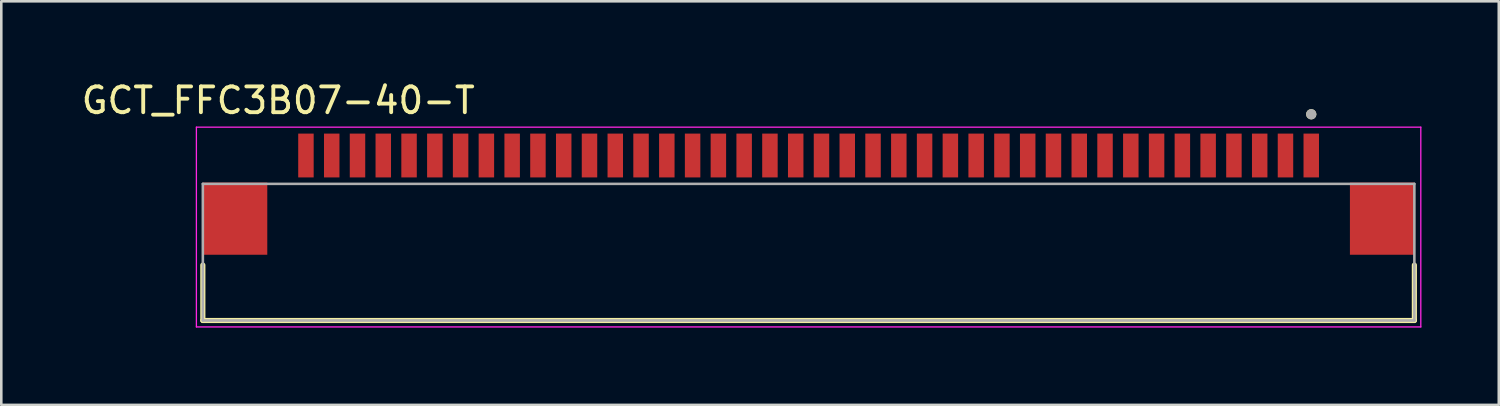
<source format=kicad_pcb>
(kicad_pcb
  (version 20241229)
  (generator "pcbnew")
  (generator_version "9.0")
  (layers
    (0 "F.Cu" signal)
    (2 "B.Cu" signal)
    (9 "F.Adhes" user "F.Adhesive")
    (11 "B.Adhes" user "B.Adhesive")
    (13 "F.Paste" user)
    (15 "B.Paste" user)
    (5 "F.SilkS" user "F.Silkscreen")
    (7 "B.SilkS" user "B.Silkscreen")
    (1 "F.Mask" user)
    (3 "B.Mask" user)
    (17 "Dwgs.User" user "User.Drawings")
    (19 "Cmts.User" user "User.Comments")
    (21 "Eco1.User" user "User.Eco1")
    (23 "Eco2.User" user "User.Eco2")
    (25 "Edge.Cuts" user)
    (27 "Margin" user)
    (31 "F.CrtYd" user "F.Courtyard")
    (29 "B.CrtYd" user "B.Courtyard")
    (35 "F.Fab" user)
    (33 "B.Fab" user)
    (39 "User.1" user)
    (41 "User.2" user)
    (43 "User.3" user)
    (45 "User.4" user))
  (footprint "GCT_FFC3B07-40-T"
    (layer "F.Cu")
    (at 28.319 5.433)
    (property "Reference" "GCT_FFC3B07-40-T" (at -20.575 -4.585 0) (layer "F.SilkS") (effects (font (size 1 1) (thickness 0.15))))
    (attr smd)
    (fp_line (start -23.5 1.8) (end -23.5 3.95) (stroke (width 0.2) (type solid)) (layer "F.SilkS"))
    (fp_line (start -23.5 3.95) (end 23.5 3.95) (stroke (width 0.2) (type solid)) (layer "F.SilkS"))
    (fp_line (start 23.5 3.95) (end 23.5 1.8) (stroke (width 0.2) (type solid)) (layer "F.SilkS"))
    (fp_circle (center 19.5 -4.05) (end 19.6 -4.05) (stroke (width 0.2) (type solid)) (fill no) (layer "F.SilkS"))
    (fp_line (start -23.75 -3.55) (end -23.75 4.2) (stroke (width 0.05) (type solid)) (layer "F.CrtYd"))
    (fp_line (start -23.75 4.2) (end 23.75 4.2) (stroke (width 0.05) (type solid)) (layer "F.CrtYd"))
    (fp_line (start 23.75 -3.55) (end -23.75 -3.55) (stroke (width 0.05) (type solid)) (layer "F.CrtYd"))
    (fp_line (start 23.75 4.2) (end 23.75 -3.55) (stroke (width 0.05) (type solid)) (layer "F.CrtYd"))
    (fp_line (start -23.5 -1.35) (end 23.5 -1.35) (stroke (width 0.1) (type solid)) (layer "F.Fab"))
    (fp_line (start -23.5 3.95) (end -23.5 -1.35) (stroke (width 0.1) (type solid)) (layer "F.Fab"))
    (fp_line (start 23.5 -1.35) (end 23.5 3.95) (stroke (width 0.1) (type solid)) (layer "F.Fab"))
    (fp_line (start 23.5 3.95) (end -23.5 3.95) (stroke (width 0.1) (type solid)) (layer "F.Fab"))
    (fp_circle (center 19.5 -4.05) (end 19.6 -4.05) (stroke (width 0.2) (type solid)) (fill no) (layer "F.Fab"))
    (pad "1" smd rect (at 19.5 -2.45) (size 0.6 1.7) (layers "F.Cu" "F.Mask" "F.Paste"))
    (pad "2" smd rect (at 18.5 -2.45) (size 0.6 1.7) (layers "F.Cu" "F.Mask" "F.Paste"))
    (pad "3" smd rect (at 17.5 -2.45) (size 0.6 1.7) (layers "F.Cu" "F.Mask" "F.Paste"))
    (pad "4" smd rect (at 16.5 -2.45) (size 0.6 1.7) (layers "F.Cu" "F.Mask" "F.Paste"))
    (pad "5" smd rect (at 15.5 -2.45) (size 0.6 1.7) (layers "F.Cu" "F.Mask" "F.Paste"))
    (pad "6" smd rect (at 14.5 -2.45) (size 0.6 1.7) (layers "F.Cu" "F.Mask" "F.Paste"))
    (pad "7" smd rect (at 13.5 -2.45) (size 0.6 1.7) (layers "F.Cu" "F.Mask" "F.Paste"))
    (pad "8" smd rect (at 12.5 -2.45) (size 0.6 1.7) (layers "F.Cu" "F.Mask" "F.Paste"))
    (pad "9" smd rect (at 11.5 -2.45) (size 0.6 1.7) (layers "F.Cu" "F.Mask" "F.Paste"))
    (pad "10" smd rect (at 10.5 -2.45) (size 0.6 1.7) (layers "F.Cu" "F.Mask" "F.Paste"))
    (pad "11" smd rect (at 9.5 -2.45) (size 0.6 1.7) (layers "F.Cu" "F.Mask" "F.Paste"))
    (pad "12" smd rect (at 8.5 -2.45) (size 0.6 1.7) (layers "F.Cu" "F.Mask" "F.Paste"))
    (pad "13" smd rect (at 7.5 -2.45) (size 0.6 1.7) (layers "F.Cu" "F.Mask" "F.Paste"))
    (pad "14" smd rect (at 6.5 -2.45) (size 0.6 1.7) (layers "F.Cu" "F.Mask" "F.Paste"))
    (pad "15" smd rect (at 5.5 -2.45) (size 0.6 1.7) (layers "F.Cu" "F.Mask" "F.Paste"))
    (pad "16" smd rect (at 4.5 -2.45) (size 0.6 1.7) (layers "F.Cu" "F.Mask" "F.Paste"))
    (pad "17" smd rect (at 3.5 -2.45) (size 0.6 1.7) (layers "F.Cu" "F.Mask" "F.Paste"))
    (pad "18" smd rect (at 2.5 -2.45) (size 0.6 1.7) (layers "F.Cu" "F.Mask" "F.Paste"))
    (pad "19" smd rect (at 1.5 -2.45) (size 0.6 1.7) (layers "F.Cu" "F.Mask" "F.Paste"))
    (pad "20" smd rect (at 0.5 -2.45) (size 0.6 1.7) (layers "F.Cu" "F.Mask" "F.Paste"))
    (pad "21" smd rect (at -0.5 -2.45) (size 0.6 1.7) (layers "F.Cu" "F.Mask" "F.Paste"))
    (pad "22" smd rect (at -1.5 -2.45) (size 0.6 1.7) (layers "F.Cu" "F.Mask" "F.Paste"))
    (pad "23" smd rect (at -2.5 -2.45) (size 0.6 1.7) (layers "F.Cu" "F.Mask" "F.Paste"))
    (pad "24" smd rect (at -3.5 -2.45) (size 0.6 1.7) (layers "F.Cu" "F.Mask" "F.Paste"))
    (pad "25" smd rect (at -4.5 -2.45) (size 0.6 1.7) (layers "F.Cu" "F.Mask" "F.Paste"))
    (pad "26" smd rect (at -5.5 -2.45) (size 0.6 1.7) (layers "F.Cu" "F.Mask" "F.Paste"))
    (pad "27" smd rect (at -6.5 -2.45) (size 0.6 1.7) (layers "F.Cu" "F.Mask" "F.Paste"))
    (pad "28" smd rect (at -7.5 -2.45) (size 0.6 1.7) (layers "F.Cu" "F.Mask" "F.Paste"))
    (pad "29" smd rect (at -8.5 -2.45) (size 0.6 1.7) (layers "F.Cu" "F.Mask" "F.Paste"))
    (pad "30" smd rect (at -9.5 -2.45) (size 0.6 1.7) (layers "F.Cu" "F.Mask" "F.Paste"))
    (pad "31" smd rect (at -10.5 -2.45) (size 0.6 1.7) (layers "F.Cu" "F.Mask" "F.Paste"))
    (pad "32" smd rect (at -11.5 -2.45) (size 0.6 1.7) (layers "F.Cu" "F.Mask" "F.Paste"))
    (pad "33" smd rect (at -12.5 -2.45) (size 0.6 1.7) (layers "F.Cu" "F.Mask" "F.Paste"))
    (pad "34" smd rect (at -13.5 -2.45) (size 0.6 1.7) (layers "F.Cu" "F.Mask" "F.Paste"))
    (pad "35" smd rect (at -14.5 -2.45) (size 0.6 1.7) (layers "F.Cu" "F.Mask" "F.Paste"))
    (pad "36" smd rect (at -15.5 -2.45) (size 0.6 1.7) (layers "F.Cu" "F.Mask" "F.Paste"))
    (pad "37" smd rect (at -16.5 -2.45) (size 0.6 1.7) (layers "F.Cu" "F.Mask" "F.Paste"))
    (pad "38" smd rect (at -17.5 -2.45) (size 0.6 1.7) (layers "F.Cu" "F.Mask" "F.Paste"))
    (pad "39" smd rect (at -18.5 -2.45) (size 0.6 1.7) (layers "F.Cu" "F.Mask" "F.Paste"))
    (pad "40" smd rect (at -19.5 -2.45) (size 0.6 1.7) (layers "F.Cu" "F.Mask" "F.Paste"))
    (pad "S1" smd rect (at 22.25 0) (size 2.5 2.8) (layers "F.Cu" "F.Mask" "F.Paste"))
    (pad "S2" smd rect (at -22.25 0) (size 2.5 2.8) (layers "F.Cu" "F.Mask" "F.Paste")))
  (gr_rect
    (start -3 -3)
    (end 55.094 12.658)
    (stroke (width 0.1) (type default))
    (fill no)
    (layer "Edge.Cuts")))
</source>
